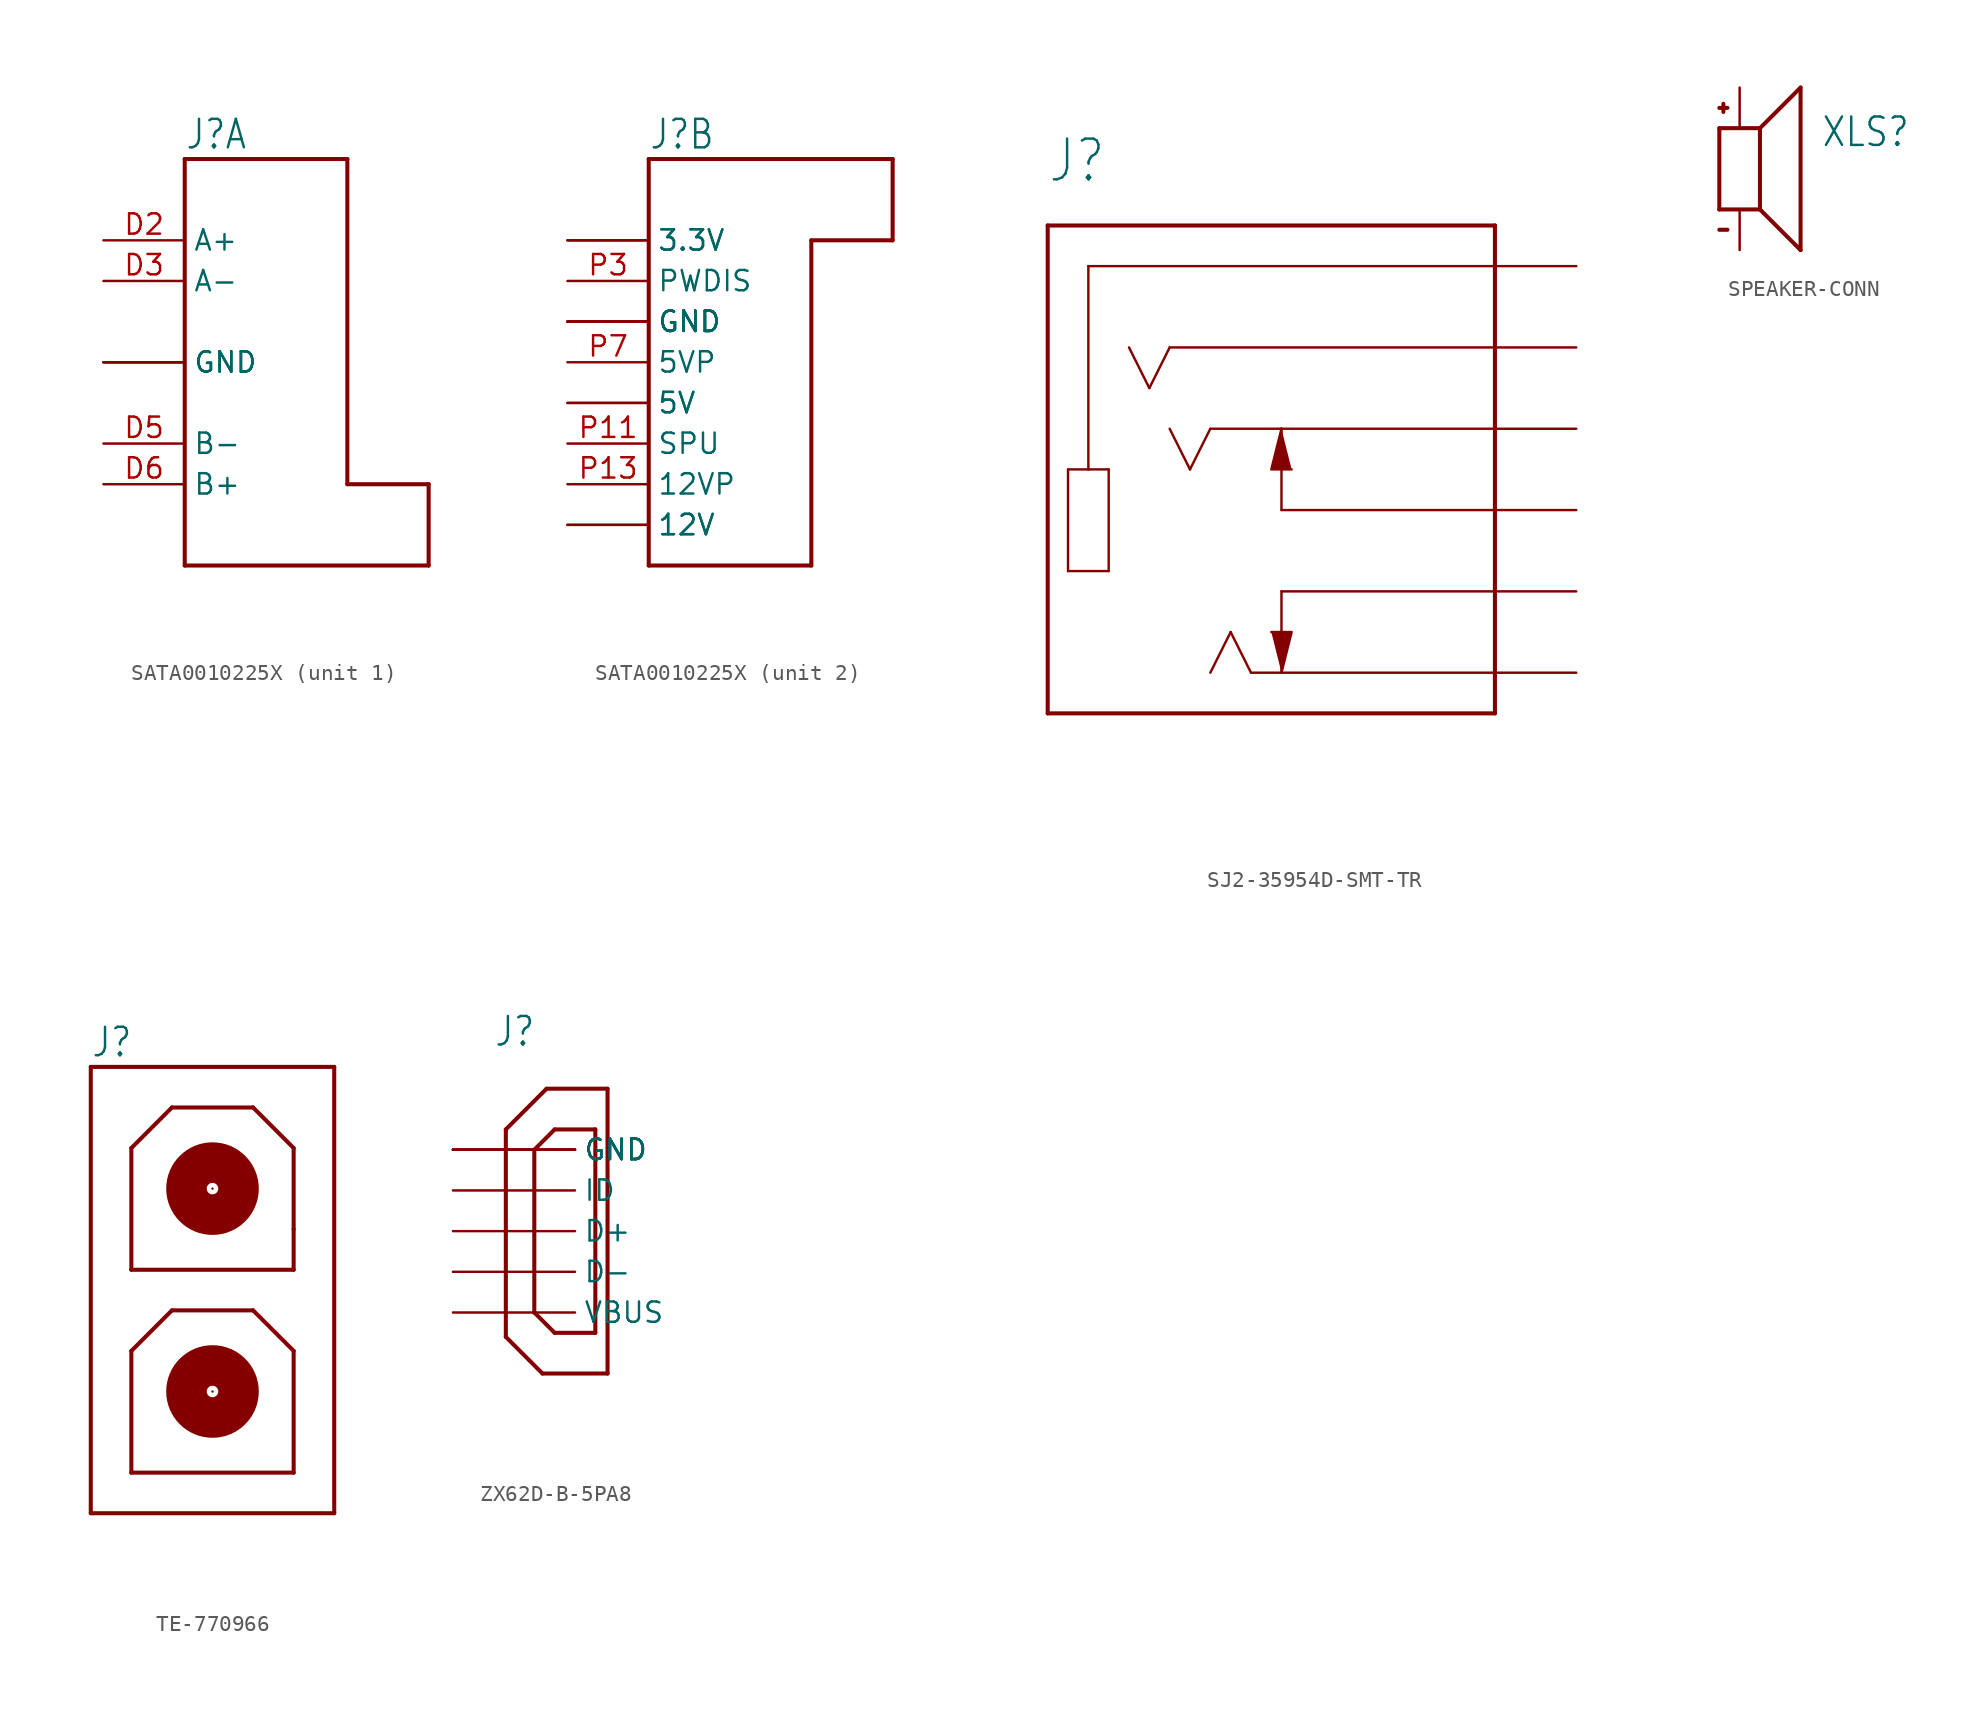
<source format=kicad_sym>
(kicad_symbol_lib
  (version 20231120)
  (generator "kicad_symbol_editor")
  (generator_version "8.0")
  (symbol "SATA0010225X"
    (property "Reference" "J"
      (at -5.08 13.208 0)
      (effects (font (size 1.778 1.511)) (justify left bottom)))
    (property "Value" ""
      (at -5.08 -15.24 0)
      (effects (font (size 1.778 1.511)) (justify left bottom)))
    (property "ki_locked" ""
      (at 0 0 0)
      (effects (font (size 1.27 1.27))))
    (symbol "SATA0010225X_1_0"
      (polyline (pts (xy -5.08 -12.7) (xy 10.16 -12.7)) (stroke (width 0.254) (type solid)) (fill (type none)))
      (polyline (pts (xy -5.08 12.7) (xy -5.08 -12.7)) (stroke (width 0.254) (type solid)) (fill (type none)))
      (polyline (pts (xy 5.08 -7.62) (xy 5.08 12.7)) (stroke (width 0.254) (type solid)) (fill (type none)))
      (polyline (pts (xy 5.08 12.7) (xy -5.08 12.7)) (stroke (width 0.254) (type solid)) (fill (type none)))
      (polyline (pts (xy 10.16 -12.7) (xy 10.16 -7.62)) (stroke (width 0.254) (type solid)) (fill (type none)))
      (polyline (pts (xy 10.16 -7.62) (xy 5.08 -7.62)) (stroke (width 0.254) (type solid)) (fill (type none)))
      (pin bidirectional line (at -10.16 0 0) (length 5.08) (name "GND" (effects (font (size 1.27 1.27)))) (number "D1" (effects (font (size 0 0)))))
      (pin bidirectional line (at -10.16 7.62 0) (length 5.08) (name "A+" (effects (font (size 1.27 1.27)))) (number "D2" (effects (font (size 1.27 1.27)))))
      (pin bidirectional line (at -10.16 5.08 0) (length 5.08) (name "A-" (effects (font (size 1.27 1.27)))) (number "D3" (effects (font (size 1.27 1.27)))))
      (pin bidirectional line (at -10.16 0 0) (length 5.08) (name "GND" (effects (font (size 1.27 1.27)))) (number "D4" (effects (font (size 0 0)))))
      (pin bidirectional line (at -10.16 -5.08 0) (length 5.08) (name "B-" (effects (font (size 1.27 1.27)))) (number "D5" (effects (font (size 1.27 1.27)))))
      (pin bidirectional line (at -10.16 -7.62 0) (length 5.08) (name "B+" (effects (font (size 1.27 1.27)))) (number "D6" (effects (font (size 1.27 1.27)))))
      (pin bidirectional line (at -10.16 0 0) (length 5.08) (name "GND" (effects (font (size 1.27 1.27)))) (number "D7" (effects (font (size 0 0))))))
    (symbol "SATA0010225X_2_0"
      (polyline (pts (xy -5.08 -12.7) (xy 5.08 -12.7)) (stroke (width 0.254) (type solid)) (fill (type none)))
      (polyline (pts (xy -5.08 12.7) (xy -5.08 -12.7)) (stroke (width 0.254) (type solid)) (fill (type none)))
      (polyline (pts (xy 5.08 -12.7) (xy 5.08 7.62)) (stroke (width 0.254) (type solid)) (fill (type none)))
      (polyline (pts (xy 5.08 7.62) (xy 10.16 7.62)) (stroke (width 0.254) (type solid)) (fill (type none)))
      (polyline (pts (xy 10.16 7.62) (xy 10.16 12.7)) (stroke (width 0.254) (type solid)) (fill (type none)))
      (polyline (pts (xy 10.16 12.7) (xy -5.08 12.7)) (stroke (width 0.254) (type solid)) (fill (type none)))
      (pin bidirectional line (at -10.16 7.62 0) (length 5.08) (name "3.3V" (effects (font (size 1.27 1.27)))) (number "P1" (effects (font (size 0 0)))))
      (pin bidirectional line (at -10.16 2.54 0) (length 5.08) (name "GND" (effects (font (size 1.27 1.27)))) (number "P10" (effects (font (size 0 0)))))
      (pin bidirectional line (at -10.16 -5.08 0) (length 5.08) (name "SPU" (effects (font (size 1.27 1.27)))) (number "P11" (effects (font (size 1.27 1.27)))))
      (pin bidirectional line (at -10.16 2.54 0) (length 5.08) (name "GND" (effects (font (size 1.27 1.27)))) (number "P12" (effects (font (size 0 0)))))
      (pin bidirectional line (at -10.16 -7.62 0) (length 5.08) (name "12VP" (effects (font (size 1.27 1.27)))) (number "P13" (effects (font (size 1.27 1.27)))))
      (pin bidirectional line (at -10.16 -10.16 0) (length 5.08) (name "12V" (effects (font (size 1.27 1.27)))) (number "P14" (effects (font (size 0 0)))))
      (pin bidirectional line (at -10.16 -10.16 0) (length 5.08) (name "12V" (effects (font (size 1.27 1.27)))) (number "P15" (effects (font (size 0 0)))))
      (pin bidirectional line (at -10.16 7.62 0) (length 5.08) (name "3.3V" (effects (font (size 1.27 1.27)))) (number "P2" (effects (font (size 0 0)))))
      (pin bidirectional line (at -10.16 5.08 0) (length 5.08) (name "PWDIS" (effects (font (size 1.27 1.27)))) (number "P3" (effects (font (size 1.27 1.27)))))
      (pin bidirectional line (at -10.16 2.54 0) (length 5.08) (name "GND" (effects (font (size 1.27 1.27)))) (number "P4" (effects (font (size 0 0)))))
      (pin bidirectional line (at -10.16 2.54 0) (length 5.08) (name "GND" (effects (font (size 1.27 1.27)))) (number "P5" (effects (font (size 0 0)))))
      (pin bidirectional line (at -10.16 2.54 0) (length 5.08) (name "GND" (effects (font (size 1.27 1.27)))) (number "P6" (effects (font (size 0 0)))))
      (pin bidirectional line (at -10.16 0 0) (length 5.08) (name "5VP" (effects (font (size 1.27 1.27)))) (number "P7" (effects (font (size 1.27 1.27)))))
      (pin bidirectional line (at -10.16 -2.54 0) (length 5.08) (name "5V" (effects (font (size 1.27 1.27)))) (number "P8" (effects (font (size 0 0)))))
      (pin bidirectional line (at -10.16 -2.54 0) (length 5.08) (name "5V" (effects (font (size 1.27 1.27)))) (number "P9" (effects (font (size 0 0)))))))
  (symbol "SJ2-35954D-SMT-TR"
    (property "Reference" "J"
      (at -15.261 17.805 0)
      (effects (font (size 2.543 2.162)) (justify left bottom)))
    (property "Value" ""
      (at -15.265 -20.353 0)
      (effects (font (size 2.544 2.162)) (justify left bottom)))
    (property "ki_locked" ""
      (at 0 0 0)
      (effects (font (size 1.27 1.27))))
    (symbol "SJ2-35954D-SMT-TR_1_0"
      (polyline (pts (xy -15.24 -15.24) (xy -15.24 15.24)) (stroke (width 0.254) (type solid)) (fill (type none)))
      (polyline (pts (xy -15.24 15.24) (xy 12.7 15.24)) (stroke (width 0.254) (type solid)) (fill (type none)))
      (polyline (pts (xy -13.97 -6.35) (xy -13.97 0)) (stroke (width 0.152) (type solid)) (fill (type none)))
      (polyline (pts (xy -13.97 0) (xy -12.7 0)) (stroke (width 0.152) (type solid)) (fill (type none)))
      (polyline (pts (xy -12.7 0) (xy -11.43 0)) (stroke (width 0.152) (type solid)) (fill (type none)))
      (polyline (pts (xy -12.7 12.7) (xy -12.7 0)) (stroke (width 0.152) (type solid)) (fill (type none)))
      (polyline (pts (xy -11.43 -6.35) (xy -13.97 -6.35)) (stroke (width 0.152) (type solid)) (fill (type none)))
      (polyline (pts (xy -11.43 0) (xy -11.43 -6.35)) (stroke (width 0.152) (type solid)) (fill (type none)))
      (polyline (pts (xy -8.89 5.08) (xy -10.16 7.62)) (stroke (width 0.152) (type solid)) (fill (type none)))
      (polyline (pts (xy -7.62 7.62) (xy -8.89 5.08)) (stroke (width 0.152) (type solid)) (fill (type none)))
      (polyline (pts (xy -6.35 0) (xy -7.62 2.54)) (stroke (width 0.152) (type solid)) (fill (type none)))
      (polyline (pts (xy -5.08 2.54) (xy -6.35 0)) (stroke (width 0.152) (type solid)) (fill (type none)))
      (polyline (pts (xy -3.81 -10.16) (xy -5.08 -12.7)) (stroke (width 0.152) (type solid)) (fill (type none)))
      (polyline (pts (xy -2.54 -12.7) (xy -3.81 -10.16)) (stroke (width 0.152) (type solid)) (fill (type none)))
      (polyline (pts (xy -0.635 -12.7) (xy -2.54 -12.7)) (stroke (width 0.152) (type solid)) (fill (type none)))
      (polyline (pts (xy -0.635 -12.7) (xy -0.635 -7.62)) (stroke (width 0.152) (type solid)) (fill (type none)))
      (polyline (pts (xy -0.635 -2.54) (xy -0.635 2.54)) (stroke (width 0.152) (type solid)) (fill (type none)))
      (polyline (pts (xy -0.635 2.54) (xy -5.08 2.54)) (stroke (width 0.152) (type solid)) (fill (type none)))
      (polyline (pts (xy 12.7 -15.24) (xy -15.24 -15.24)) (stroke (width 0.254) (type solid)) (fill (type none)))
      (polyline (pts (xy 12.7 -12.7) (xy -0.635 -12.7)) (stroke (width 0.152) (type solid)) (fill (type none)))
      (polyline (pts (xy 12.7 -12.7) (xy 12.7 -15.24)) (stroke (width 0.254) (type solid)) (fill (type none)))
      (polyline (pts (xy 12.7 -7.62) (xy -0.635 -7.62)) (stroke (width 0.152) (type solid)) (fill (type none)))
      (polyline (pts (xy 12.7 -7.62) (xy 12.7 -12.7)) (stroke (width 0.254) (type solid)) (fill (type none)))
      (polyline (pts (xy 12.7 -2.54) (xy -0.635 -2.54)) (stroke (width 0.152) (type solid)) (fill (type none)))
      (polyline (pts (xy 12.7 -2.54) (xy 12.7 -7.62)) (stroke (width 0.254) (type solid)) (fill (type none)))
      (polyline (pts (xy 12.7 2.54) (xy -0.635 2.54)) (stroke (width 0.152) (type solid)) (fill (type none)))
      (polyline (pts (xy 12.7 2.54) (xy 12.7 -2.54)) (stroke (width 0.254) (type solid)) (fill (type none)))
      (polyline (pts (xy 12.7 7.62) (xy -7.62 7.62)) (stroke (width 0.152) (type solid)) (fill (type none)))
      (polyline (pts (xy 12.7 7.62) (xy 12.7 2.54)) (stroke (width 0.254) (type solid)) (fill (type none)))
      (polyline (pts (xy 12.7 12.7) (xy -12.7 12.7)) (stroke (width 0.152) (type solid)) (fill (type none)))
      (polyline (pts (xy 12.7 12.7) (xy 12.7 7.62)) (stroke (width 0.254) (type solid)) (fill (type none)))
      (polyline (pts (xy 12.7 15.24) (xy 12.7 12.7)) (stroke (width 0.254) (type solid)) (fill (type none)))
      (polyline (pts (xy -0.635 -12.7) (xy 0 -10.16) (xy -1.27 -10.16)) (stroke (width 0.152) (type solid)) (fill (type outline)))
      (polyline (pts (xy -0.635 2.54) (xy -1.27 0) (xy 0 0)) (stroke (width 0.152) (type solid)) (fill (type outline)))
      (pin passive line (at 17.78 12.7 180) (length 5.08) (name "SLEEVE" (effects (font (size 0 0)))) (number "1" (effects (font (size 0 0)))))
      (pin passive line (at 17.78 -7.62 180) (length 5.08) (name "TIP_SWITCH" (effects (font (size 0 0)))) (number "10" (effects (font (size 0 0)))))
      (pin passive line (at 17.78 -2.54 180) (length 5.08) (name "RING1_SWITCH" (effects (font (size 0 0)))) (number "11" (effects (font (size 0 0)))))
      (pin passive line (at 17.78 -12.7 180) (length 5.08) (name "TIP" (effects (font (size 0 0)))) (number "2" (effects (font (size 0 0)))))
      (pin passive line (at 17.78 2.54 180) (length 5.08) (name "RING1" (effects (font (size 0 0)))) (number "3" (effects (font (size 0 0)))))
      (pin passive line (at 17.78 7.62 180) (length 5.08) (name "RING2" (effects (font (size 0 0)))) (number "4" (effects (font (size 0 0)))))))
  (symbol "SPEAKER-CONN"
    (property "Reference" "XLS"
      (at 5.08 1.27 0)
      (effects (font (size 1.778 1.511)) (justify left bottom)))
    (property "Value" ""
      (at 5.08 -2.54 0)
      (effects (font (size 1.778 1.511)) (justify left bottom)))
    (property "ki_locked" ""
      (at 0 0 0)
      (effects (font (size 1.27 1.27))))
    (symbol "SPEAKER-CONN_1_0"
      (polyline (pts (xy -1.27 -3.81) (xy -0.762 -3.81)) (stroke (width 0.254) (type solid)) (fill (type none)))
      (polyline (pts (xy -1.27 -2.54) (xy 1.27 -2.54)) (stroke (width 0.254) (type solid)) (fill (type none)))
      (polyline (pts (xy -1.27 2.54) (xy -1.27 -2.54)) (stroke (width 0.254) (type solid)) (fill (type none)))
      (polyline (pts (xy -1.27 3.81) (xy -0.762 3.81)) (stroke (width 0.254) (type solid)) (fill (type none)))
      (polyline (pts (xy -1.016 4.064) (xy -1.016 3.556)) (stroke (width 0.254) (type solid)) (fill (type none)))
      (polyline (pts (xy 1.27 -2.54) (xy 1.27 2.54)) (stroke (width 0.254) (type solid)) (fill (type none)))
      (polyline (pts (xy 1.27 2.54) (xy -1.27 2.54)) (stroke (width 0.254) (type solid)) (fill (type none)))
      (polyline (pts (xy 1.27 2.54) (xy 3.81 5.08)) (stroke (width 0.254) (type solid)) (fill (type none)))
      (polyline (pts (xy 3.81 -5.08) (xy 1.27 -2.54)) (stroke (width 0.254) (type solid)) (fill (type none)))
      (polyline (pts (xy 3.81 5.08) (xy 3.81 -5.08)) (stroke (width 0.254) (type solid)) (fill (type none)))
      (pin passive line (at 0 -5.08 90) (length 2.54) (name "-" (effects (font (size 0 0)))) (number "1" (effects (font (size 0 0)))))
      (pin passive line (at 0 5.08 270) (length 2.54) (name "+" (effects (font (size 0 0)))) (number "2" (effects (font (size 0 0)))))))
  (symbol "TE-770966"
    (property "Reference" "J"
      (at -7.62 13.208 0)
      (effects (font (size 1.778 1.511)) (justify left bottom)))
    (property "Value" ""
      (at -7.62 -17.78 0)
      (effects (font (size 1.778 1.511)) (justify left bottom)))
    (property "ki_locked" ""
      (at 0 0 0)
      (effects (font (size 1.27 1.27))))
    (symbol "TE-770966_1_0"
      (circle (center 0 -7.62) (radius 0.359) (stroke (width 2.54) (type solid)) (fill (type none)))
      (polyline (pts (xy -7.62 -15.24) (xy -7.62 12.7)) (stroke (width 0.254) (type solid)) (fill (type none)))
      (polyline (pts (xy -7.62 12.7) (xy 7.62 12.7)) (stroke (width 0.254) (type solid)) (fill (type none)))
      (polyline (pts (xy -5.08 -12.7) (xy -5.08 -5.08)) (stroke (width 0.254) (type solid)) (fill (type none)))
      (polyline (pts (xy -5.08 -5.08) (xy -2.54 -2.54)) (stroke (width 0.254) (type solid)) (fill (type none)))
      (polyline (pts (xy -5.08 0) (xy -5.08 7.62)) (stroke (width 0.254) (type solid)) (fill (type none)))
      (polyline (pts (xy -5.08 7.62) (xy -2.54 10.16)) (stroke (width 0.254) (type solid)) (fill (type none)))
      (polyline (pts (xy -2.54 -2.54) (xy 2.54 -2.54)) (stroke (width 0.254) (type solid)) (fill (type none)))
      (polyline (pts (xy -2.54 10.16) (xy 2.54 10.16)) (stroke (width 0.254) (type solid)) (fill (type none)))
      (polyline (pts (xy 2.54 -2.54) (xy 5.08 -5.08)) (stroke (width 0.254) (type solid)) (fill (type none)))
      (polyline (pts (xy 2.54 10.16) (xy 5.08 7.62)) (stroke (width 0.254) (type solid)) (fill (type none)))
      (polyline (pts (xy 5.08 -12.7) (xy -5.08 -12.7)) (stroke (width 0.254) (type solid)) (fill (type none)))
      (polyline (pts (xy 5.08 -5.08) (xy 5.08 -12.7)) (stroke (width 0.254) (type solid)) (fill (type none)))
      (polyline (pts (xy 5.08 0) (xy -5.08 0)) (stroke (width 0.254) (type solid)) (fill (type none)))
      (polyline (pts (xy 5.08 2.54) (xy 5.08 0)) (stroke (width 0.254) (type solid)) (fill (type none)))
      (polyline (pts (xy 5.08 7.62) (xy 5.08 2.54)) (stroke (width 0.254) (type solid)) (fill (type none)))
      (polyline (pts (xy 7.62 -15.24) (xy -7.62 -15.24)) (stroke (width 0.254) (type solid)) (fill (type none)))
      (polyline (pts (xy 7.62 12.7) (xy 7.62 -15.24)) (stroke (width 0.254) (type solid)) (fill (type none)))
      (circle (center 0 5.08) (radius 0.359) (stroke (width 2.54) (type solid)) (fill (type none)))
      (pin passive line (at 0 -7.62 0) (length 0) (name "1" (effects (font (size 0 0)))) (number "1" (effects (font (size 0 0)))))
      (pin passive line (at 0 5.08 0) (length 0) (name "2" (effects (font (size 0 0)))) (number "2" (effects (font (size 0 0)))))))
  (symbol "ZX62D-B-5PA8"
    (property "Reference" "J"
      (at -2.54 11.43 0)
      (effects (font (size 1.778 1.511)) (justify left bottom)))
    (property "Value" ""
      (at -2.54 -12.7 0)
      (effects (font (size 1.778 1.511)) (justify left bottom)))
    (property "ki_locked" ""
      (at 0 0 0)
      (effects (font (size 1.27 1.27))))
    (symbol "ZX62D-B-5PA8_1_0"
      (polyline (pts (xy -1.778 -6.604) (xy 0.508 -8.89)) (stroke (width 0.254) (type solid)) (fill (type none)))
      (polyline (pts (xy -1.778 6.35) (xy -1.778 -6.604)) (stroke (width 0.254) (type solid)) (fill (type none)))
      (polyline (pts (xy -1.778 6.35) (xy 0.762 8.89)) (stroke (width 0.254) (type solid)) (fill (type none)))
      (polyline (pts (xy 0 -5.08) (xy 1.27 -6.35)) (stroke (width 0.254) (type solid)) (fill (type none)))
      (polyline (pts (xy 0 5.08) (xy 0 -5.08)) (stroke (width 0.254) (type solid)) (fill (type none)))
      (polyline (pts (xy 0.508 -8.89) (xy 4.572 -8.89)) (stroke (width 0.254) (type solid)) (fill (type none)))
      (polyline (pts (xy 0.762 8.89) (xy 4.572 8.89)) (stroke (width 0.254) (type solid)) (fill (type none)))
      (polyline (pts (xy 1.27 -6.35) (xy 3.81 -6.35)) (stroke (width 0.254) (type solid)) (fill (type none)))
      (polyline (pts (xy 1.27 6.35) (xy 0 5.08)) (stroke (width 0.254) (type solid)) (fill (type none)))
      (polyline (pts (xy 3.81 -6.35) (xy 3.81 6.35)) (stroke (width 0.254) (type solid)) (fill (type none)))
      (polyline (pts (xy 3.81 6.35) (xy 1.27 6.35)) (stroke (width 0.254) (type solid)) (fill (type none)))
      (polyline (pts (xy 4.572 -8.89) (xy 4.572 8.89)) (stroke (width 0.254) (type solid)) (fill (type none)))
      (pin passive line (at -5.08 -5.08 0) (length 7.62) (name "VBUS" (effects (font (size 1.27 1.27)))) (number "1" (effects (font (size 0 0)))))
      (pin passive line (at -5.08 -2.54 0) (length 7.62) (name "D-" (effects (font (size 1.27 1.27)))) (number "2" (effects (font (size 0 0)))))
      (pin passive line (at -5.08 0 0) (length 7.62) (name "D+" (effects (font (size 1.27 1.27)))) (number "3" (effects (font (size 0 0)))))
      (pin passive line (at -5.08 2.54 0) (length 7.62) (name "ID" (effects (font (size 1.27 1.27)))) (number "4" (effects (font (size 0 0)))))
      (pin passive line (at -5.08 5.08 0) (length 7.62) (name "GND" (effects (font (size 1.27 1.27)))) (number "5" (effects (font (size 0 0)))))
      (pin passive line (at -5.08 5.08 0) (length 7.62) (name "GND" (effects (font (size 1.27 1.27)))) (number "S1" (effects (font (size 0 0)))))
      (pin passive line (at -5.08 5.08 0) (length 7.62) (name "GND" (effects (font (size 1.27 1.27)))) (number "S2" (effects (font (size 0 0)))))
      (pin passive line (at -5.08 5.08 0) (length 7.62) (name "GND" (effects (font (size 1.27 1.27)))) (number "S3" (effects (font (size 0 0)))))
      (pin passive line (at -5.08 5.08 0) (length 7.62) (name "GND" (effects (font (size 1.27 1.27)))) (number "S4" (effects (font (size 0 0))))))))
</source>
